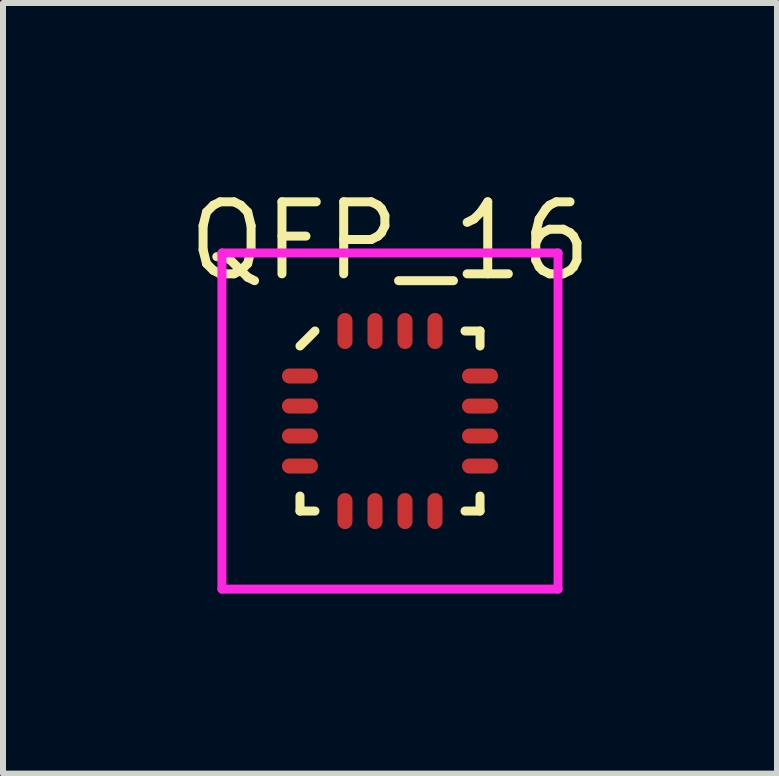
<source format=kicad_pcb>
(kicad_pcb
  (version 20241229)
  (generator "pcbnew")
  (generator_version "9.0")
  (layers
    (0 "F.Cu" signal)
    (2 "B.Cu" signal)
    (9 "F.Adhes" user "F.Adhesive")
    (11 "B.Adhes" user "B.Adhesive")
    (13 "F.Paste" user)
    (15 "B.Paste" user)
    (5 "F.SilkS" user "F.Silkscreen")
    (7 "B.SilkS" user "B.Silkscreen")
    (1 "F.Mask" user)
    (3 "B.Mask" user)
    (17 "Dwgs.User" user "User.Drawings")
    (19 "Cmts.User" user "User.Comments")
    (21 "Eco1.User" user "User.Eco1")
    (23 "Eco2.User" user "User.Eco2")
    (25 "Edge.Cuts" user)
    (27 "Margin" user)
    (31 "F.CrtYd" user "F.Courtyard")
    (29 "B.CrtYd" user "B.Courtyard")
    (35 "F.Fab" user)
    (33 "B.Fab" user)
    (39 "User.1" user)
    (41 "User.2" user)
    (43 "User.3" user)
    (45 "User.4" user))
  (footprint "QFP_16"
    (layer "F.Cu")
    (at 3.448 3.965)
    (property "Reference" "QFP_16" (at 0 -3 0) (layer "F.SilkS") (effects (font (size 1.2 1.2) (thickness 0.15))))
    (attr through_hole)
    (fp_line (start -1.5 -1.25) (end -1.25 -1.5) (stroke (width 0.15) (type solid)) (layer "F.SilkS"))
    (fp_line (start -1.5 1.5) (end -1.5 1.25) (stroke (width 0.15) (type solid)) (layer "F.SilkS"))
    (fp_line (start -1.25 1.5) (end -1.5 1.5) (stroke (width 0.15) (type solid)) (layer "F.SilkS"))
    (fp_line (start 1.25 -1.5) (end 1.5 -1.5) (stroke (width 0.15) (type solid)) (layer "F.SilkS"))
    (fp_line (start 1.25 1.5) (end 1.5 1.5) (stroke (width 0.15) (type solid)) (layer "F.SilkS"))
    (fp_line (start 1.5 -1.5) (end 1.5 -1.25) (stroke (width 0.15) (type solid)) (layer "F.SilkS"))
    (fp_line (start 1.5 1.5) (end 1.5 1.25) (stroke (width 0.15) (type solid)) (layer "F.SilkS"))
    (fp_line (start -2.8 -2.8) (end 2.8 -2.8) (stroke (width 0.15) (type solid)) (layer "F.CrtYd"))
    (fp_line (start -2.8 2.8) (end -2.8 -2.8) (stroke (width 0.15) (type solid)) (layer "F.CrtYd"))
    (fp_line (start 2.8 -2.8) (end 2.8 2.8) (stroke (width 0.15) (type solid)) (layer "F.CrtYd"))
    (fp_line (start 2.8 2.8) (end -2.8 2.8) (stroke (width 0.15) (type solid)) (layer "F.CrtYd"))
    (pad "1" smd oval (at -1.5 -0.75 90) (size 0.25 0.6) (layers "F.Cu" "F.Mask" "F.Paste"))
    (pad "2" smd oval (at -1.5 -0.25 90) (size 0.25 0.6) (layers "F.Cu" "F.Mask" "F.Paste"))
    (pad "3" smd oval (at -1.5 0.25 90) (size 0.25 0.6) (layers "F.Cu" "F.Mask" "F.Paste"))
    (pad "4" smd oval (at -1.5 0.75 90) (size 0.25 0.6) (layers "F.Cu" "F.Mask" "F.Paste"))
    (pad "5" smd oval (at -0.75 1.5) (size 0.25 0.6) (layers "F.Cu" "F.Mask" "F.Paste"))
    (pad "6" smd oval (at -0.25 1.5) (size 0.25 0.6) (layers "F.Cu" "F.Mask" "F.Paste"))
    (pad "7" smd oval (at 0.25 1.5) (size 0.25 0.6) (layers "F.Cu" "F.Mask" "F.Paste"))
    (pad "8" smd oval (at 0.75 1.5) (size 0.25 0.6) (layers "F.Cu" "F.Mask" "F.Paste"))
    (pad "9" smd oval (at 1.5 0.75 90) (size 0.25 0.6) (layers "F.Cu" "F.Mask" "F.Paste"))
    (pad "10" smd oval (at 1.5 0.25 90) (size 0.25 0.6) (layers "F.Cu" "F.Mask" "F.Paste"))
    (pad "11" smd oval (at 1.5 -0.25 90) (size 0.25 0.6) (layers "F.Cu" "F.Mask" "F.Paste"))
    (pad "12" smd oval (at 1.5 -0.75 90) (size 0.25 0.6) (layers "F.Cu" "F.Mask" "F.Paste"))
    (pad "13" smd oval (at 0.75 -1.5) (size 0.25 0.6) (layers "F.Cu" "F.Mask" "F.Paste"))
    (pad "14" smd oval (at 0.25 -1.5) (size 0.25 0.6) (layers "F.Cu" "F.Mask" "F.Paste"))
    (pad "15" smd oval (at -0.25 -1.5) (size 0.25 0.6) (layers "F.Cu" "F.Mask" "F.Paste"))
    (pad "16" smd oval (at -0.75 -1.5) (size 0.25 0.6) (layers "F.Cu" "F.Mask" "F.Paste")))
  (gr_rect
    (start -3 -3)
    (end 9.896 9.84)
    (stroke (width 0.1) (type default))
    (fill no)
    (layer "Edge.Cuts")))
</source>
